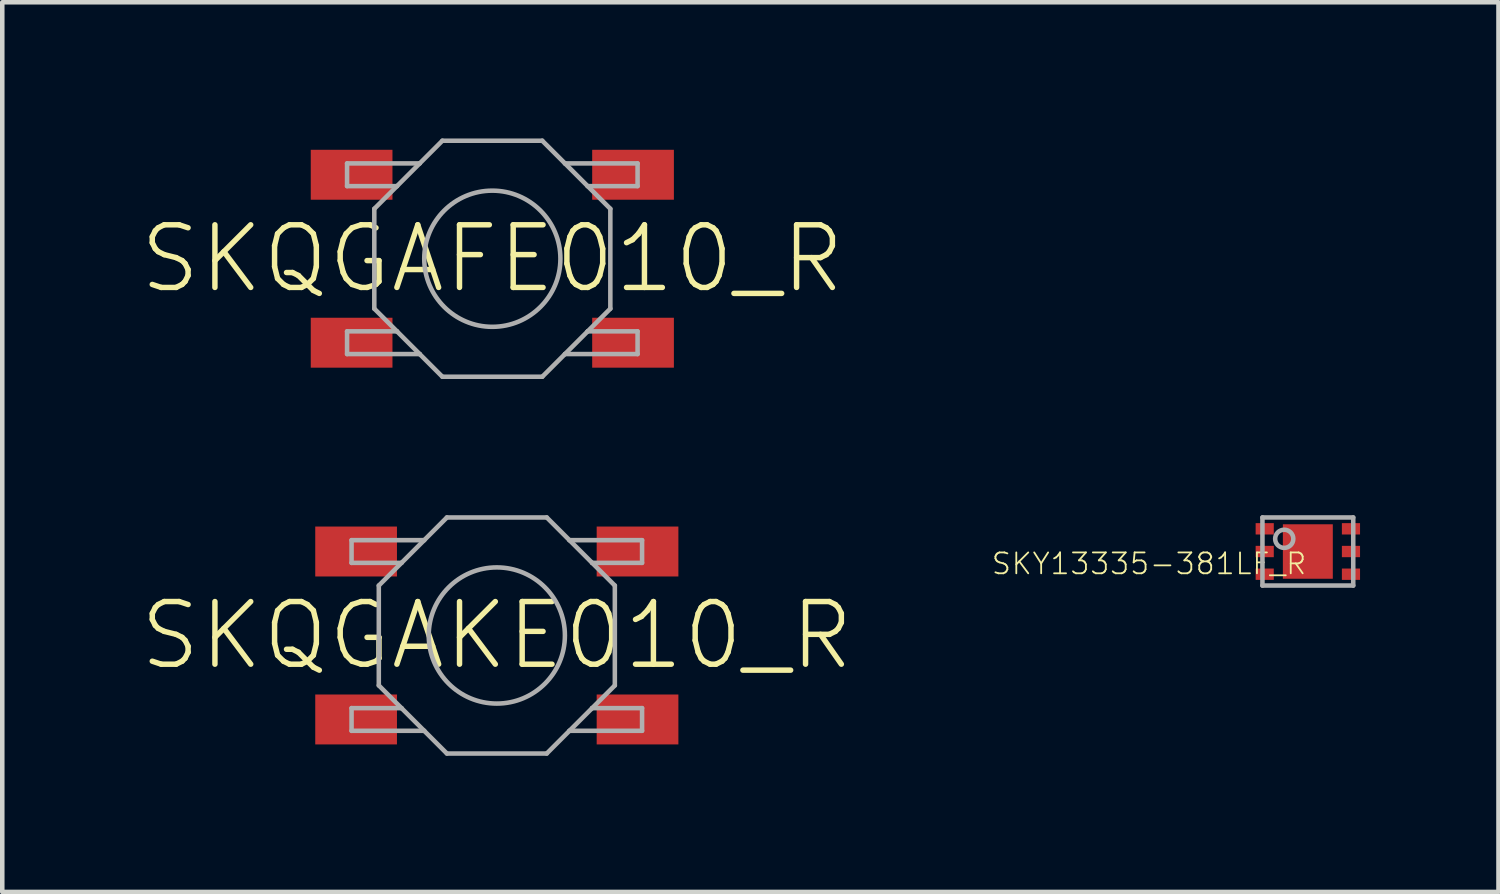
<source format=kicad_pcb>
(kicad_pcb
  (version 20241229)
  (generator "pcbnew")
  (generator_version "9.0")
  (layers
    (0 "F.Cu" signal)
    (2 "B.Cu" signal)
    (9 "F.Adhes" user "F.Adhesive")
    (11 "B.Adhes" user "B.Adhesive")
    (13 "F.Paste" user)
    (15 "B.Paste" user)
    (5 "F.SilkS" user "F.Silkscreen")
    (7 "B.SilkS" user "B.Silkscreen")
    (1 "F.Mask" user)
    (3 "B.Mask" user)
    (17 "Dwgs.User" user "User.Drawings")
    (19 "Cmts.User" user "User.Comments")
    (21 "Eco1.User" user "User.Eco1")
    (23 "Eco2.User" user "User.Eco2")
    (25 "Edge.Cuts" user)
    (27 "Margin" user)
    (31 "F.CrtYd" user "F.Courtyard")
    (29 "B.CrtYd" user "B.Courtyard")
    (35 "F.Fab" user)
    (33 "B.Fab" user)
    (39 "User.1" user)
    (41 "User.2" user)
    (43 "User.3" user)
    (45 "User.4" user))
  (footprint "SKQGAKE010_R"
    (layer "F.Cu")
    (at 7.895 10.95)
    (property "Reference" "SKQGAKE010_R" (at 0 0 0) (unlocked yes) (layer "F.SilkS") (effects (font (size 1.38 1.38) (thickness 0.12))))
    (fp_line (start -3.2 -2.1) (end -1.6 -2.1) (stroke (width 0.1) (type solid)) (layer "F.Fab"))
    (fp_line (start -3.2 -1.6) (end -3.2 -2.1) (stroke (width 0.1) (type solid)) (layer "F.Fab"))
    (fp_line (start -3.2 2.1) (end -3.2 1.6) (stroke (width 0.1) (type solid)) (layer "F.Fab"))
    (fp_line (start -3.2 2.1) (end -1.6 2.1) (stroke (width 0.1) (type solid)) (layer "F.Fab"))
    (fp_line (start -2.6 -1.1) (end -2.6 1.1) (stroke (width 0.1) (type solid)) (layer "F.Fab"))
    (fp_line (start -2.6 -1.1) (end -2.1 -1.6) (stroke (width 0.1) (type solid)) (layer "F.Fab"))
    (fp_line (start -2.6 1.1) (end -2.1 1.6) (stroke (width 0.1) (type solid)) (layer "F.Fab"))
    (fp_line (start -2.1 -1.6) (end -3.2 -1.6) (stroke (width 0.1) (type solid)) (layer "F.Fab"))
    (fp_line (start -2.1 -1.6) (end -1.6 -2.1) (stroke (width 0.1) (type solid)) (layer "F.Fab"))
    (fp_line (start -2.1 1.6) (end -3.2 1.6) (stroke (width 0.1) (type solid)) (layer "F.Fab"))
    (fp_line (start -2.1 1.6) (end -1.6 2.1) (stroke (width 0.1) (type solid)) (layer "F.Fab"))
    (fp_line (start -1.6 -2.1) (end -1.1 -2.6) (stroke (width 0.1) (type solid)) (layer "F.Fab"))
    (fp_line (start -1.1 2.6) (end -1.6 2.1) (stroke (width 0.1) (type solid)) (layer "F.Fab"))
    (fp_line (start -1.1 2.6) (end 1.1 2.6) (stroke (width 0.1) (type solid)) (layer "F.Fab"))
    (fp_line (start 1.1 -2.6) (end -1.1 -2.6) (stroke (width 0.1) (type solid)) (layer "F.Fab"))
    (fp_line (start 1.1 -2.6) (end 1.6 -2.1) (stroke (width 0.1) (type solid)) (layer "F.Fab"))
    (fp_line (start 1.1 2.6) (end 1.6 2.1) (stroke (width 0.1) (type solid)) (layer "F.Fab"))
    (fp_line (start 1.6 -2.1) (end 2.1 -1.6) (stroke (width 0.1) (type solid)) (layer "F.Fab"))
    (fp_line (start 1.6 -2.1) (end 3.2 -2.1) (stroke (width 0.1) (type solid)) (layer "F.Fab"))
    (fp_line (start 1.6 2.1) (end 2.1 1.6) (stroke (width 0.1) (type solid)) (layer "F.Fab"))
    (fp_line (start 1.6 2.1) (end 3.2 2.1) (stroke (width 0.1) (type solid)) (layer "F.Fab"))
    (fp_line (start 2.1 -1.6) (end 2.6 -1.1) (stroke (width 0.1) (type solid)) (layer "F.Fab"))
    (fp_line (start 2.6 1.1) (end 2.1 1.6) (stroke (width 0.1) (type solid)) (layer "F.Fab"))
    (fp_line (start 2.6 1.1) (end 2.6 -1.1) (stroke (width 0.1) (type solid)) (layer "F.Fab"))
    (fp_line (start 3.2 -2.1) (end 3.2 -1.6) (stroke (width 0.1) (type solid)) (layer "F.Fab"))
    (fp_line (start 3.2 -1.6) (end 2.1 -1.6) (stroke (width 0.1) (type solid)) (layer "F.Fab"))
    (fp_line (start 3.2 1.6) (end 2.1 1.6) (stroke (width 0.1) (type solid)) (layer "F.Fab"))
    (fp_line (start 3.2 1.6) (end 3.2 2.1) (stroke (width 0.1) (type solid)) (layer "F.Fab"))
    (fp_circle (center 0 0) (end 1.5 0) (stroke (width 0.1) (type solid)) (fill no) (layer "F.Fab"))
    (pad "1" smd rect (at -3.1 -1.85) (size 1.8 1.1) (layers "F.Cu" "F.Mask" "F.Paste"))
    (pad "2" smd rect (at 3.1 -1.85) (size 1.8 1.1) (layers "F.Cu" "F.Mask" "F.Paste"))
    (pad "3" smd rect (at -3.1 1.85) (size 1.8 1.1) (layers "F.Cu" "F.Mask" "F.Paste"))
    (pad "4" smd rect (at 3.1 1.85) (size 1.8 1.1) (layers "F.Cu" "F.Mask" "F.Paste"))
    (zone (net_name "") (layer "F.Cu") (hatch edge 0.5) (connect_pads) (min_thickness 0.25) (filled_areas_thickness no) (keepout (tracks not_allowed) (vias not_allowed) (pads not_allowed) (copperpour not_allowed) (footprints allowed)) (placement (enabled no)) (fill) (polygon (pts (xy 3.895 12.25) (xy 6.895 12.25) (xy 6.895 9.65) (xy 3.895 9.65))))
    (zone (net_name "") (layer "F.Cu") (hatch edge 0.5) (connect_pads) (min_thickness 0.25) (filled_areas_thickness no) (keepout (tracks not_allowed) (vias not_allowed) (pads not_allowed) (copperpour not_allowed) (footprints allowed)) (placement (enabled no)) (fill) (polygon (pts (xy 8.895 12.25) (xy 11.895 12.25) (xy 11.895 9.65) (xy 8.895 9.65)))))
  (footprint "SKY13335-381LF_R"
    (layer "F.Cu")
    (at 25.762 9.1)
    (property "Reference" "SKY13335-381LF_R" (at 0 0 0) (unlocked yes) (layer "F.SilkS") (effects (font (size 0.46 0.46) (thickness 0.04)) (justify right top)))
    (fp_poly (pts (xy -1.2 -0.325) (xy -0.7 -0.325) (xy -0.7 -0.675) (xy -1.2 -0.675)) (stroke (width 0) (type default)) (fill yes) (layer "F.Mask"))
    (fp_poly (pts (xy -1.2 0.175) (xy -0.7 0.175) (xy -0.7 -0.175) (xy -1.2 -0.175)) (stroke (width 0) (type default)) (fill yes) (layer "F.Mask"))
    (fp_poly (pts (xy -1.2 0.675) (xy -0.7 0.675) (xy -0.7 0.325) (xy -1.2 0.325)) (stroke (width 0) (type default)) (fill yes) (layer "F.Mask"))
    (fp_poly (pts (xy -0.6 0.65) (xy 0.6 0.65) (xy 0.6 -0.65) (xy -0.6 -0.65)) (stroke (width 0) (type default)) (fill yes) (layer "F.Mask"))
    (fp_poly (pts (xy 0.7 -0.325) (xy 1.2 -0.325) (xy 1.2 -0.675) (xy 0.7 -0.675)) (stroke (width 0) (type default)) (fill yes) (layer "F.Mask"))
    (fp_poly (pts (xy 0.7 0.175) (xy 1.2 0.175) (xy 1.2 -0.175) (xy 0.7 -0.175)) (stroke (width 0) (type default)) (fill yes) (layer "F.Mask"))
    (fp_poly (pts (xy 0.7 0.675) (xy 1.2 0.675) (xy 1.2 0.325) (xy 0.7 0.325)) (stroke (width 0) (type default)) (fill yes) (layer "F.Mask"))
    (fp_poly (pts (xy -0.75 -0.375) (xy -1.15 -0.375) (xy -1.15 -0.625) (xy -0.75 -0.625)) (stroke (width 0) (type default)) (fill yes) (layer "F.Paste"))
    (fp_poly (pts (xy -0.75 0.125) (xy -1.15 0.125) (xy -1.15 -0.125) (xy -0.75 -0.125)) (stroke (width 0) (type default)) (fill yes) (layer "F.Paste"))
    (fp_poly (pts (xy -0.75 0.625) (xy -1.15 0.625) (xy -1.15 0.375) (xy -0.75 0.375)) (stroke (width 0) (type default)) (fill yes) (layer "F.Paste"))
    (fp_poly (pts (xy 0.5 -0.05) (xy -0.5 -0.05) (xy -0.5 -0.55) (xy 0.5 -0.55)) (stroke (width 0) (type default)) (fill yes) (layer "F.Paste"))
    (fp_poly (pts (xy 0.5 0.55) (xy -0.5 0.55) (xy -0.5 0.05) (xy 0.5 0.05)) (stroke (width 0) (type default)) (fill yes) (layer "F.Paste"))
    (fp_poly (pts (xy 1.15 -0.375) (xy 0.75 -0.375) (xy 0.75 -0.625) (xy 1.15 -0.625)) (stroke (width 0) (type default)) (fill yes) (layer "F.Paste"))
    (fp_poly (pts (xy 1.15 0.125) (xy 0.75 0.125) (xy 0.75 -0.125) (xy 1.15 -0.125)) (stroke (width 0) (type default)) (fill yes) (layer "F.Paste"))
    (fp_poly (pts (xy 1.15 0.625) (xy 0.75 0.625) (xy 0.75 0.375) (xy 1.15 0.375)) (stroke (width 0) (type default)) (fill yes) (layer "F.Paste"))
    (fp_line (start -1 -0.75) (end 1 -0.75) (stroke (width 0.1) (type solid)) (layer "F.Fab"))
    (fp_line (start -1 0.75) (end -1 -0.75) (stroke (width 0.1) (type solid)) (layer "F.Fab"))
    (fp_line (start 1 -0.75) (end 1 0.75) (stroke (width 0.1) (type solid)) (layer "F.Fab"))
    (fp_line (start 1 0.75) (end -1 0.75) (stroke (width 0.1) (type solid)) (layer "F.Fab"))
    (fp_circle (center -0.52 -0.28) (end -0.32 -0.28) (stroke (width 0.1) (type solid)) (fill no) (layer "F.Fab"))
    (pad "0" smd rect (at 0 0) (size 1.1 1.2) (layers "F.Cu"))
    (pad "1" smd rect (at -0.95 -0.5) (size 0.4 0.25) (layers "F.Cu"))
    (pad "2" smd rect (at -0.95 0) (size 0.4 0.25) (layers "F.Cu"))
    (pad "3" smd rect (at -0.95 0.5) (size 0.4 0.25) (layers "F.Cu"))
    (pad "4" smd rect (at 0.95 0.5) (size 0.4 0.25) (layers "F.Cu"))
    (pad "5" smd rect (at 0.95 0) (size 0.4 0.25) (layers "F.Cu"))
    (pad "6" smd rect (at 0.95 -0.5) (size 0.4 0.25) (layers "F.Cu")))
  (footprint "SKQGAFE010_R"
    (layer "F.Cu")
    (at 7.796 2.65)
    (property "Reference" "SKQGAFE010_R" (at 0 0 0) (unlocked yes) (layer "F.SilkS") (effects (font (size 1.38 1.38) (thickness 0.12))))
    (fp_poly (pts (xy -2.2 -1.3) (xy -4 -1.3) (xy -4 -2.4) (xy -2.2 -2.4)) (stroke (width 0) (type default)) (fill yes) (layer "F.Paste"))
    (fp_poly (pts (xy -2.2 2.4) (xy -4 2.4) (xy -4 1.3) (xy -2.2 1.3)) (stroke (width 0) (type default)) (fill yes) (layer "F.Paste"))
    (fp_poly (pts (xy 4 -1.3) (xy 2.2 -1.3) (xy 2.2 -2.4) (xy 4 -2.4)) (stroke (width 0) (type default)) (fill yes) (layer "F.Paste"))
    (fp_poly (pts (xy 4 2.4) (xy 2.2 2.4) (xy 2.2 1.3) (xy 4 1.3)) (stroke (width 0) (type default)) (fill yes) (layer "F.Paste"))
    (fp_line (start -3.2 -2.1) (end -1.6 -2.1) (stroke (width 0.1) (type solid)) (layer "F.Fab"))
    (fp_line (start -3.2 -1.6) (end -3.2 -2.1) (stroke (width 0.1) (type solid)) (layer "F.Fab"))
    (fp_line (start -3.2 2.1) (end -3.2 1.6) (stroke (width 0.1) (type solid)) (layer "F.Fab"))
    (fp_line (start -3.2 2.1) (end -1.6 2.1) (stroke (width 0.1) (type solid)) (layer "F.Fab"))
    (fp_line (start -2.6 -1.1) (end -2.6 1.1) (stroke (width 0.1) (type solid)) (layer "F.Fab"))
    (fp_line (start -2.6 -1.1) (end -2.1 -1.6) (stroke (width 0.1) (type solid)) (layer "F.Fab"))
    (fp_line (start -2.6 1.1) (end -2.1 1.6) (stroke (width 0.1) (type solid)) (layer "F.Fab"))
    (fp_line (start -2.1 -1.6) (end -3.2 -1.6) (stroke (width 0.1) (type solid)) (layer "F.Fab"))
    (fp_line (start -2.1 -1.6) (end -1.6 -2.1) (stroke (width 0.1) (type solid)) (layer "F.Fab"))
    (fp_line (start -2.1 1.6) (end -3.2 1.6) (stroke (width 0.1) (type solid)) (layer "F.Fab"))
    (fp_line (start -2.1 1.6) (end -1.6 2.1) (stroke (width 0.1) (type solid)) (layer "F.Fab"))
    (fp_line (start -1.6 -2.1) (end -1.1 -2.6) (stroke (width 0.1) (type solid)) (layer "F.Fab"))
    (fp_line (start -1.1 2.6) (end -1.6 2.1) (stroke (width 0.1) (type solid)) (layer "F.Fab"))
    (fp_line (start -1.1 2.6) (end 1.1 2.6) (stroke (width 0.1) (type solid)) (layer "F.Fab"))
    (fp_line (start 1.1 -2.6) (end -1.1 -2.6) (stroke (width 0.1) (type solid)) (layer "F.Fab"))
    (fp_line (start 1.1 -2.6) (end 1.6 -2.1) (stroke (width 0.1) (type solid)) (layer "F.Fab"))
    (fp_line (start 1.1 2.6) (end 1.6 2.1) (stroke (width 0.1) (type solid)) (layer "F.Fab"))
    (fp_line (start 1.6 -2.1) (end 2.1 -1.6) (stroke (width 0.1) (type solid)) (layer "F.Fab"))
    (fp_line (start 1.6 -2.1) (end 3.2 -2.1) (stroke (width 0.1) (type solid)) (layer "F.Fab"))
    (fp_line (start 1.6 2.1) (end 2.1 1.6) (stroke (width 0.1) (type solid)) (layer "F.Fab"))
    (fp_line (start 1.6 2.1) (end 3.2 2.1) (stroke (width 0.1) (type solid)) (layer "F.Fab"))
    (fp_line (start 2.1 -1.6) (end 2.6 -1.1) (stroke (width 0.1) (type solid)) (layer "F.Fab"))
    (fp_line (start 2.6 1.1) (end 2.1 1.6) (stroke (width 0.1) (type solid)) (layer "F.Fab"))
    (fp_line (start 2.6 1.1) (end 2.6 -1.1) (stroke (width 0.1) (type solid)) (layer "F.Fab"))
    (fp_line (start 3.2 -2.1) (end 3.2 -1.6) (stroke (width 0.1) (type solid)) (layer "F.Fab"))
    (fp_line (start 3.2 -1.6) (end 2.1 -1.6) (stroke (width 0.1) (type solid)) (layer "F.Fab"))
    (fp_line (start 3.2 1.6) (end 2.1 1.6) (stroke (width 0.1) (type solid)) (layer "F.Fab"))
    (fp_line (start 3.2 1.6) (end 3.2 2.1) (stroke (width 0.1) (type solid)) (layer "F.Fab"))
    (fp_circle (center 0 0) (end 1.5 0) (stroke (width 0.1) (type solid)) (fill no) (layer "F.Fab"))
    (pad "1" smd rect (at -3.1 -1.85) (size 1.8 1.1) (layers "F.Cu" "F.Mask"))
    (pad "2" smd rect (at 3.1 -1.85) (size 1.8 1.1) (layers "F.Cu" "F.Mask"))
    (pad "3" smd rect (at -3.1 1.85) (size 1.8 1.1) (layers "F.Cu" "F.Mask"))
    (pad "4" smd rect (at 3.1 1.85) (size 1.8 1.1) (layers "F.Cu" "F.Mask"))
    (zone (net_name "") (layer "F.Cu") (hatch edge 0.5) (connect_pads) (min_thickness 0.25) (filled_areas_thickness no) (keepout (tracks not_allowed) (vias not_allowed) (pads not_allowed) (copperpour not_allowed) (footprints allowed)) (placement (enabled no)) (fill) (polygon (pts (xy 3.796 3.95) (xy 6.796 3.95) (xy 6.796 1.35) (xy 3.796 1.35))))
    (zone (net_name "") (layer "F.Cu") (hatch edge 0.5) (connect_pads) (min_thickness 0.25) (filled_areas_thickness no) (keepout (tracks not_allowed) (vias not_allowed) (pads not_allowed) (copperpour not_allowed) (footprints allowed)) (placement (enabled no)) (fill) (polygon (pts (xy 8.796 3.95) (xy 11.796 3.95) (xy 11.796 1.35) (xy 8.796 1.35)))))
  (gr_rect
    (start -3 -3)
    (end 29.962 16.6)
    (stroke (width 0.1) (type default))
    (fill no)
    (layer "Edge.Cuts")))
</source>
